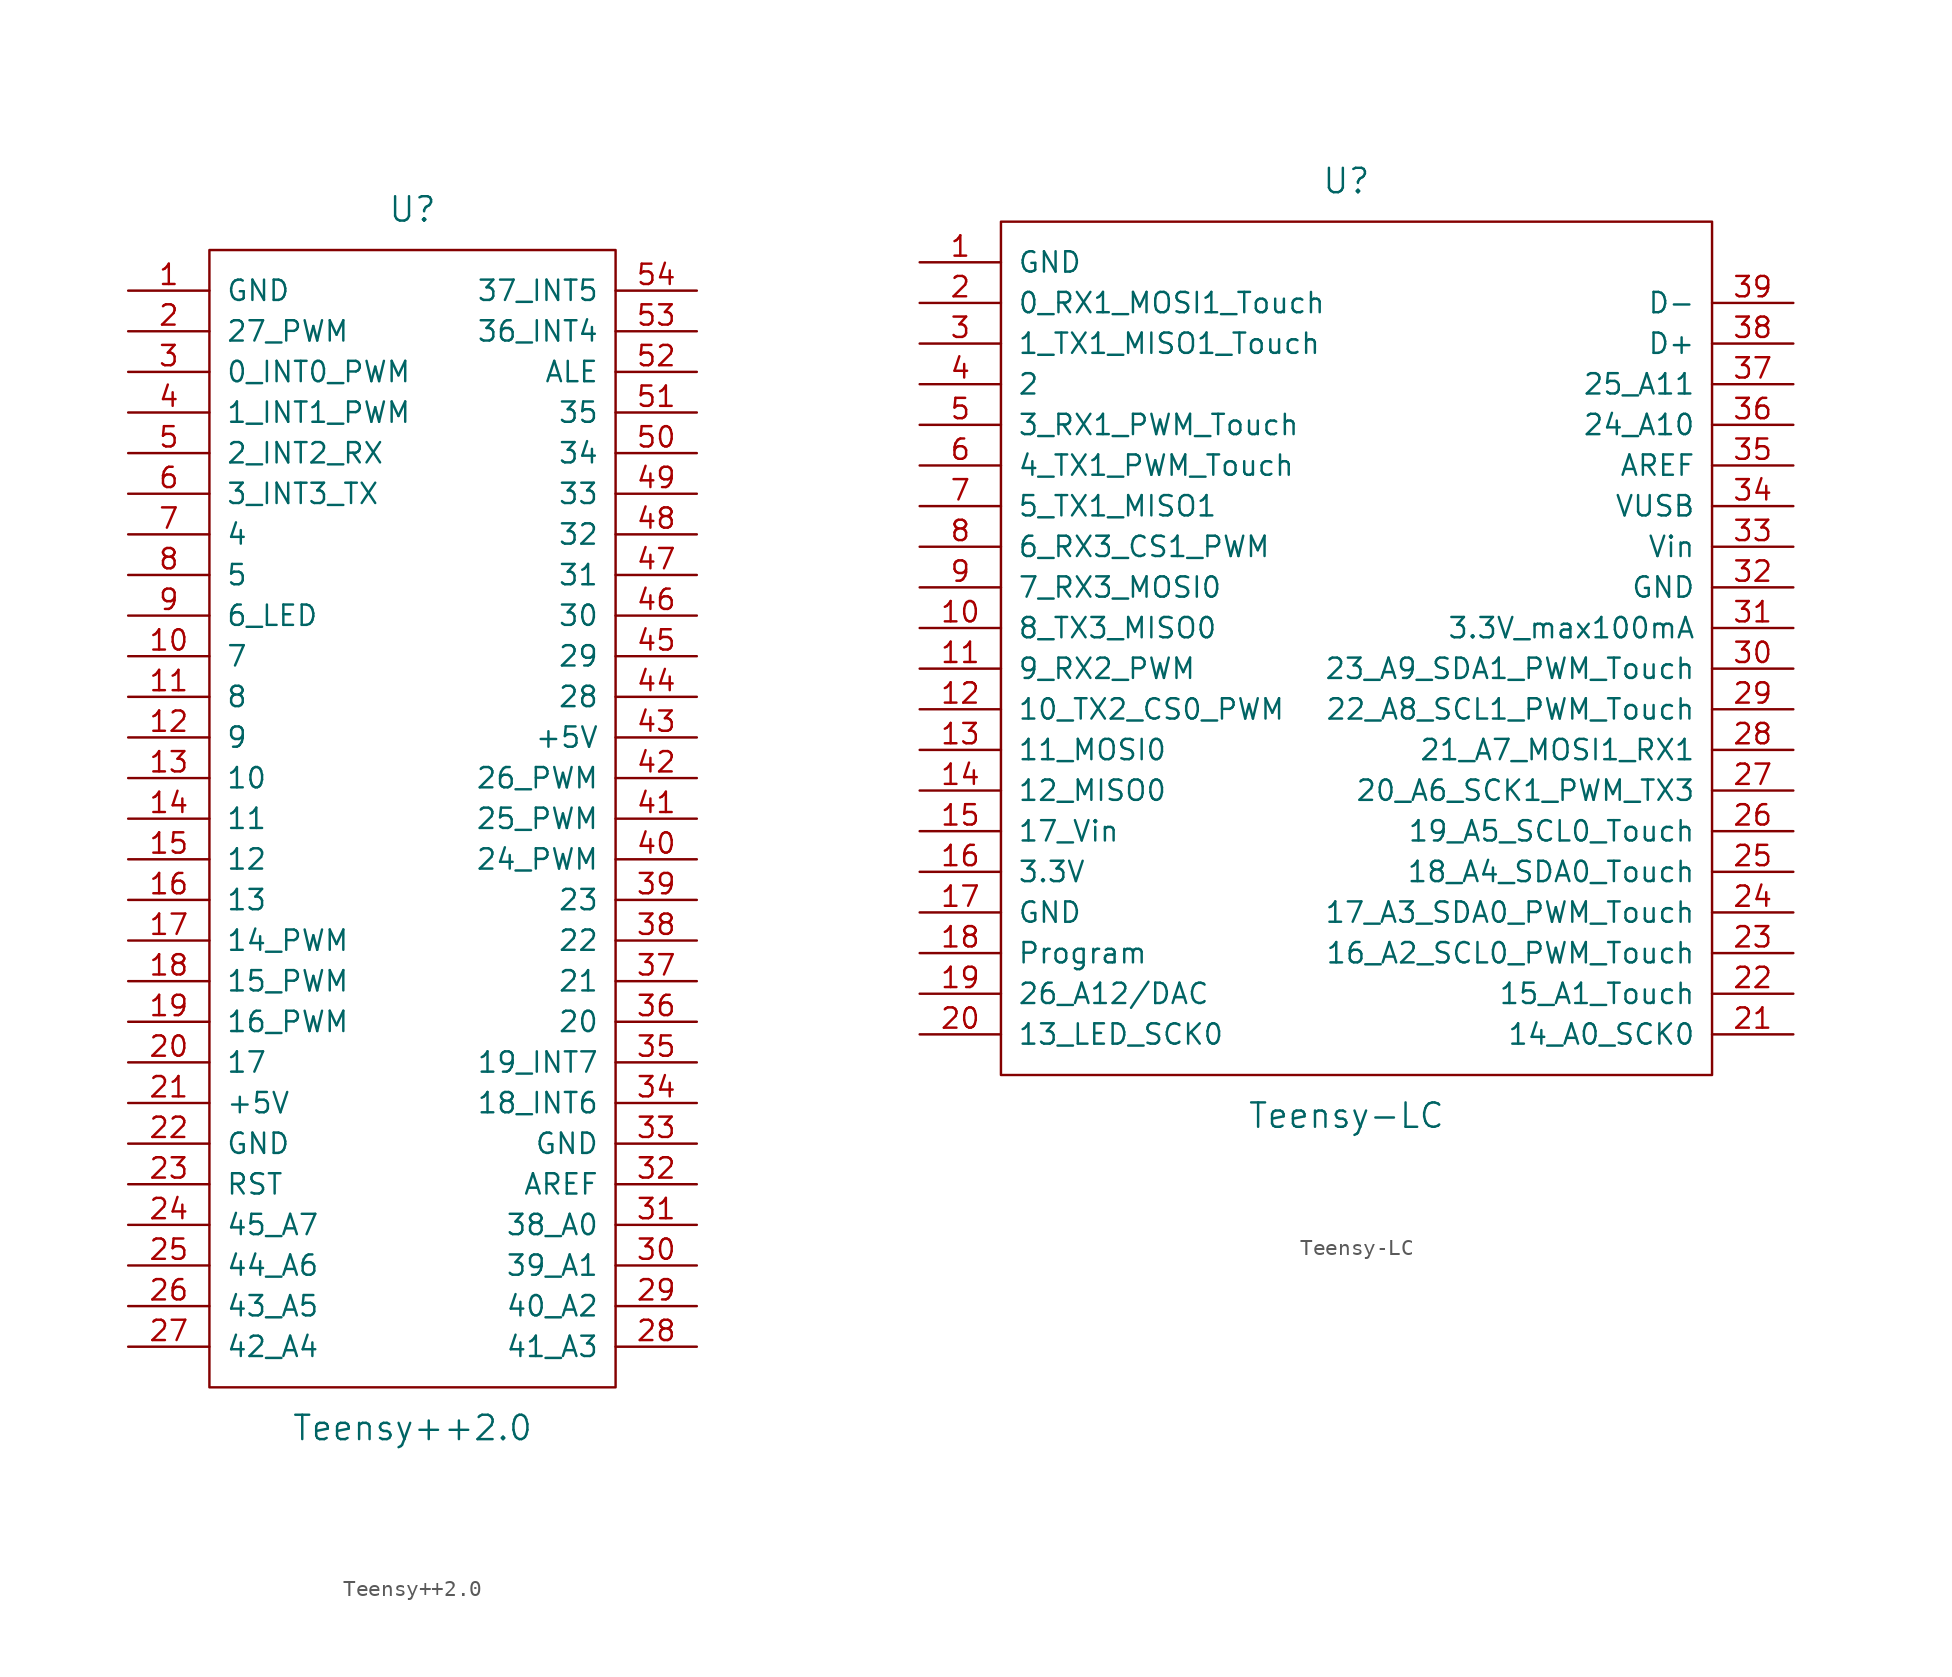
<source format=kicad_sym>
(kicad_symbol_lib
  (version 20211014)
  (generator kicad_symbol_editor)
  (symbol "Teensy++2.0"
    (pin_names
      (offset 1.016))
    (property "Reference" "U"
      (at 0 36.83 0)
      (effects (font (size 1.524 1.524))))
    (property "Value" "Teensy++2.0"
      (at 0 -39.37 0)
      (effects (font (size 1.524 1.524))))
    (property "Footprint" ""
      (at 2.54 -21.59 0)
      (effects (font (size 1.524 1.524))))
    (property "Datasheet" ""
      (at 2.54 -21.59 0)
      (effects (font (size 1.524 1.524))))
    (symbol "Teensy++2.0_0_1"
      (rectangle (start -12.7 34.29) (end 12.7 -36.83) (stroke (width 0) (type default)) (fill (type none))))
    (symbol "Teensy++2.0_1_1"
      (pin power_in line (at -17.78 31.75 0) (length 5.08) (name "GND" (effects (font (size 1.27 1.27)))) (number "1" (effects (font (size 1.27 1.27)))))
      (pin bidirectional line (at -17.78 8.89 0) (length 5.08) (name "7" (effects (font (size 1.27 1.27)))) (number "10" (effects (font (size 1.27 1.27)))))
      (pin bidirectional line (at -17.78 6.35 0) (length 5.08) (name "8" (effects (font (size 1.27 1.27)))) (number "11" (effects (font (size 1.27 1.27)))))
      (pin bidirectional line (at -17.78 3.81 0) (length 5.08) (name "9" (effects (font (size 1.27 1.27)))) (number "12" (effects (font (size 1.27 1.27)))))
      (pin bidirectional line (at -17.78 1.27 0) (length 5.08) (name "10" (effects (font (size 1.27 1.27)))) (number "13" (effects (font (size 1.27 1.27)))))
      (pin bidirectional line (at -17.78 -1.27 0) (length 5.08) (name "11" (effects (font (size 1.27 1.27)))) (number "14" (effects (font (size 1.27 1.27)))))
      (pin bidirectional line (at -17.78 -3.81 0) (length 5.08) (name "12" (effects (font (size 1.27 1.27)))) (number "15" (effects (font (size 1.27 1.27)))))
      (pin bidirectional line (at -17.78 -6.35 0) (length 5.08) (name "13" (effects (font (size 1.27 1.27)))) (number "16" (effects (font (size 1.27 1.27)))))
      (pin bidirectional line (at -17.78 -8.89 0) (length 5.08) (name "14_PWM" (effects (font (size 1.27 1.27)))) (number "17" (effects (font (size 1.27 1.27)))))
      (pin bidirectional line (at -17.78 -11.43 0) (length 5.08) (name "15_PWM" (effects (font (size 1.27 1.27)))) (number "18" (effects (font (size 1.27 1.27)))))
      (pin bidirectional line (at -17.78 -13.97 0) (length 5.08) (name "16_PWM" (effects (font (size 1.27 1.27)))) (number "19" (effects (font (size 1.27 1.27)))))
      (pin bidirectional line (at -17.78 29.21 0) (length 5.08) (name "27_PWM" (effects (font (size 1.27 1.27)))) (number "2" (effects (font (size 1.27 1.27)))))
      (pin bidirectional line (at -17.78 -16.51 0) (length 5.08) (name "17" (effects (font (size 1.27 1.27)))) (number "20" (effects (font (size 1.27 1.27)))))
      (pin power_in line (at -17.78 -19.05 0) (length 5.08) (name "+5V" (effects (font (size 1.27 1.27)))) (number "21" (effects (font (size 1.27 1.27)))))
      (pin power_in line (at -17.78 -21.59 0) (length 5.08) (name "GND" (effects (font (size 1.27 1.27)))) (number "22" (effects (font (size 1.27 1.27)))))
      (pin input line (at -17.78 -24.13 0) (length 5.08) (name "RST" (effects (font (size 1.27 1.27)))) (number "23" (effects (font (size 1.27 1.27)))))
      (pin bidirectional line (at -17.78 -26.67 0) (length 5.08) (name "45_A7" (effects (font (size 1.27 1.27)))) (number "24" (effects (font (size 1.27 1.27)))))
      (pin bidirectional line (at -17.78 -29.21 0) (length 5.08) (name "44_A6" (effects (font (size 1.27 1.27)))) (number "25" (effects (font (size 1.27 1.27)))))
      (pin bidirectional line (at -17.78 -31.75 0) (length 5.08) (name "43_A5" (effects (font (size 1.27 1.27)))) (number "26" (effects (font (size 1.27 1.27)))))
      (pin bidirectional line (at -17.78 -34.29 0) (length 5.08) (name "42_A4" (effects (font (size 1.27 1.27)))) (number "27" (effects (font (size 1.27 1.27)))))
      (pin bidirectional line (at 17.78 -34.29 180) (length 5.08) (name "41_A3" (effects (font (size 1.27 1.27)))) (number "28" (effects (font (size 1.27 1.27)))))
      (pin bidirectional line (at 17.78 -31.75 180) (length 5.08) (name "40_A2" (effects (font (size 1.27 1.27)))) (number "29" (effects (font (size 1.27 1.27)))))
      (pin bidirectional line (at -17.78 26.67 0) (length 5.08) (name "0_INT0_PWM" (effects (font (size 1.27 1.27)))) (number "3" (effects (font (size 1.27 1.27)))))
      (pin bidirectional line (at 17.78 -29.21 180) (length 5.08) (name "39_A1" (effects (font (size 1.27 1.27)))) (number "30" (effects (font (size 1.27 1.27)))))
      (pin bidirectional line (at 17.78 -26.67 180) (length 5.08) (name "38_A0" (effects (font (size 1.27 1.27)))) (number "31" (effects (font (size 1.27 1.27)))))
      (pin input line (at 17.78 -24.13 180) (length 5.08) (name "AREF" (effects (font (size 1.27 1.27)))) (number "32" (effects (font (size 1.27 1.27)))))
      (pin power_in line (at 17.78 -21.59 180) (length 5.08) (name "GND" (effects (font (size 1.27 1.27)))) (number "33" (effects (font (size 1.27 1.27)))))
      (pin bidirectional line (at 17.78 -19.05 180) (length 5.08) (name "18_INT6" (effects (font (size 1.27 1.27)))) (number "34" (effects (font (size 1.27 1.27)))))
      (pin bidirectional line (at 17.78 -16.51 180) (length 5.08) (name "19_INT7" (effects (font (size 1.27 1.27)))) (number "35" (effects (font (size 1.27 1.27)))))
      (pin bidirectional line (at 17.78 -13.97 180) (length 5.08) (name "20" (effects (font (size 1.27 1.27)))) (number "36" (effects (font (size 1.27 1.27)))))
      (pin bidirectional line (at 17.78 -11.43 180) (length 5.08) (name "21" (effects (font (size 1.27 1.27)))) (number "37" (effects (font (size 1.27 1.27)))))
      (pin bidirectional line (at 17.78 -8.89 180) (length 5.08) (name "22" (effects (font (size 1.27 1.27)))) (number "38" (effects (font (size 1.27 1.27)))))
      (pin bidirectional line (at 17.78 -6.35 180) (length 5.08) (name "23" (effects (font (size 1.27 1.27)))) (number "39" (effects (font (size 1.27 1.27)))))
      (pin bidirectional line (at -17.78 24.13 0) (length 5.08) (name "1_INT1_PWM" (effects (font (size 1.27 1.27)))) (number "4" (effects (font (size 1.27 1.27)))))
      (pin bidirectional line (at 17.78 -3.81 180) (length 5.08) (name "24_PWM" (effects (font (size 1.27 1.27)))) (number "40" (effects (font (size 1.27 1.27)))))
      (pin bidirectional line (at 17.78 -1.27 180) (length 5.08) (name "25_PWM" (effects (font (size 1.27 1.27)))) (number "41" (effects (font (size 1.27 1.27)))))
      (pin bidirectional line (at 17.78 1.27 180) (length 5.08) (name "26_PWM" (effects (font (size 1.27 1.27)))) (number "42" (effects (font (size 1.27 1.27)))))
      (pin power_in line (at 17.78 3.81 180) (length 5.08) (name "+5V" (effects (font (size 1.27 1.27)))) (number "43" (effects (font (size 1.27 1.27)))))
      (pin bidirectional line (at 17.78 6.35 180) (length 5.08) (name "28" (effects (font (size 1.27 1.27)))) (number "44" (effects (font (size 1.27 1.27)))))
      (pin bidirectional line (at 17.78 8.89 180) (length 5.08) (name "29" (effects (font (size 1.27 1.27)))) (number "45" (effects (font (size 1.27 1.27)))))
      (pin bidirectional line (at 17.78 11.43 180) (length 5.08) (name "30" (effects (font (size 1.27 1.27)))) (number "46" (effects (font (size 1.27 1.27)))))
      (pin bidirectional line (at 17.78 13.97 180) (length 5.08) (name "31" (effects (font (size 1.27 1.27)))) (number "47" (effects (font (size 1.27 1.27)))))
      (pin bidirectional line (at 17.78 16.51 180) (length 5.08) (name "32" (effects (font (size 1.27 1.27)))) (number "48" (effects (font (size 1.27 1.27)))))
      (pin bidirectional line (at 17.78 19.05 180) (length 5.08) (name "33" (effects (font (size 1.27 1.27)))) (number "49" (effects (font (size 1.27 1.27)))))
      (pin bidirectional line (at -17.78 21.59 0) (length 5.08) (name "2_INT2_RX" (effects (font (size 1.27 1.27)))) (number "5" (effects (font (size 1.27 1.27)))))
      (pin bidirectional line (at 17.78 21.59 180) (length 5.08) (name "34" (effects (font (size 1.27 1.27)))) (number "50" (effects (font (size 1.27 1.27)))))
      (pin bidirectional line (at 17.78 24.13 180) (length 5.08) (name "35" (effects (font (size 1.27 1.27)))) (number "51" (effects (font (size 1.27 1.27)))))
      (pin input line (at 17.78 26.67 180) (length 5.08) (name "ALE" (effects (font (size 1.27 1.27)))) (number "52" (effects (font (size 1.27 1.27)))))
      (pin bidirectional line (at 17.78 29.21 180) (length 5.08) (name "36_INT4" (effects (font (size 1.27 1.27)))) (number "53" (effects (font (size 1.27 1.27)))))
      (pin bidirectional line (at 17.78 31.75 180) (length 5.08) (name "37_INT5" (effects (font (size 1.27 1.27)))) (number "54" (effects (font (size 1.27 1.27)))))
      (pin bidirectional line (at -17.78 19.05 0) (length 5.08) (name "3_INT3_TX" (effects (font (size 1.27 1.27)))) (number "6" (effects (font (size 1.27 1.27)))))
      (pin bidirectional line (at -17.78 16.51 0) (length 5.08) (name "4" (effects (font (size 1.27 1.27)))) (number "7" (effects (font (size 1.27 1.27)))))
      (pin bidirectional line (at -17.78 13.97 0) (length 5.08) (name "5" (effects (font (size 1.27 1.27)))) (number "8" (effects (font (size 1.27 1.27)))))
      (pin bidirectional line (at -17.78 11.43 0) (length 5.08) (name "6_LED" (effects (font (size 1.27 1.27)))) (number "9" (effects (font (size 1.27 1.27)))))))
  (symbol "Teensy-LC"
    (pin_names
      (offset 1.016))
    (property "Reference" "U"
      (at 0 29.21 0)
      (effects (font (size 1.524 1.524))))
    (property "Value" "Teensy-LC"
      (at 0 -29.21 0)
      (effects (font (size 1.524 1.524))))
    (property "Footprint" ""
      (at 0 -13.97 0)
      (effects (font (size 1.524 1.524))))
    (property "Datasheet" ""
      (at 0 -13.97 0)
      (effects (font (size 1.524 1.524))))
    (symbol "Teensy-LC_0_1"
      (rectangle (start -21.59 26.67) (end 22.86 -26.67) (stroke (width 0) (type default)) (fill (type none))))
    (symbol "Teensy-LC_1_1"
      (pin power_in line (at -26.67 24.13 0) (length 5.08) (name "GND" (effects (font (size 1.27 1.27)))) (number "1" (effects (font (size 1.27 1.27)))))
      (pin bidirectional line (at -26.67 1.27 0) (length 5.08) (name "8_TX3_MISO0" (effects (font (size 1.27 1.27)))) (number "10" (effects (font (size 1.27 1.27)))))
      (pin bidirectional line (at -26.67 -1.27 0) (length 5.08) (name "9_RX2_PWM" (effects (font (size 1.27 1.27)))) (number "11" (effects (font (size 1.27 1.27)))))
      (pin bidirectional line (at -26.67 -3.81 0) (length 5.08) (name "10_TX2_CS0_PWM" (effects (font (size 1.27 1.27)))) (number "12" (effects (font (size 1.27 1.27)))))
      (pin bidirectional line (at -26.67 -6.35 0) (length 5.08) (name "11_MOSI0" (effects (font (size 1.27 1.27)))) (number "13" (effects (font (size 1.27 1.27)))))
      (pin bidirectional line (at -26.67 -8.89 0) (length 5.08) (name "12_MISO0" (effects (font (size 1.27 1.27)))) (number "14" (effects (font (size 1.27 1.27)))))
      (pin power_in line (at -26.67 -11.43 0) (length 5.08) (name "17_Vin" (effects (font (size 1.27 1.27)))) (number "15" (effects (font (size 1.27 1.27)))))
      (pin power_in line (at -26.67 -13.97 0) (length 5.08) (name "3.3V" (effects (font (size 1.27 1.27)))) (number "16" (effects (font (size 1.27 1.27)))))
      (pin power_in line (at -26.67 -16.51 0) (length 5.08) (name "GND" (effects (font (size 1.27 1.27)))) (number "17" (effects (font (size 1.27 1.27)))))
      (pin input line (at -26.67 -19.05 0) (length 5.08) (name "Program" (effects (font (size 1.27 1.27)))) (number "18" (effects (font (size 1.27 1.27)))))
      (pin bidirectional line (at -26.67 -21.59 0) (length 5.08) (name "26_A12/DAC" (effects (font (size 1.27 1.27)))) (number "19" (effects (font (size 1.27 1.27)))))
      (pin bidirectional line (at -26.67 21.59 0) (length 5.08) (name "0_RX1_MOSI1_Touch" (effects (font (size 1.27 1.27)))) (number "2" (effects (font (size 1.27 1.27)))))
      (pin bidirectional line (at -26.67 -24.13 0) (length 5.08) (name "13_LED_SCK0" (effects (font (size 1.27 1.27)))) (number "20" (effects (font (size 1.27 1.27)))))
      (pin bidirectional line (at 27.94 -24.13 180) (length 5.08) (name "14_A0_SCK0" (effects (font (size 1.27 1.27)))) (number "21" (effects (font (size 1.27 1.27)))))
      (pin bidirectional line (at 27.94 -21.59 180) (length 5.08) (name "15_A1_Touch" (effects (font (size 1.27 1.27)))) (number "22" (effects (font (size 1.27 1.27)))))
      (pin bidirectional line (at 27.94 -19.05 180) (length 5.08) (name "16_A2_SCL0_PWM_Touch" (effects (font (size 1.27 1.27)))) (number "23" (effects (font (size 1.27 1.27)))))
      (pin bidirectional line (at 27.94 -16.51 180) (length 5.08) (name "17_A3_SDA0_PWM_Touch" (effects (font (size 1.27 1.27)))) (number "24" (effects (font (size 1.27 1.27)))))
      (pin bidirectional line (at 27.94 -13.97 180) (length 5.08) (name "18_A4_SDA0_Touch" (effects (font (size 1.27 1.27)))) (number "25" (effects (font (size 1.27 1.27)))))
      (pin bidirectional line (at 27.94 -11.43 180) (length 5.08) (name "19_A5_SCL0_Touch" (effects (font (size 1.27 1.27)))) (number "26" (effects (font (size 1.27 1.27)))))
      (pin bidirectional line (at 27.94 -8.89 180) (length 5.08) (name "20_A6_SCK1_PWM_TX3" (effects (font (size 1.27 1.27)))) (number "27" (effects (font (size 1.27 1.27)))))
      (pin bidirectional line (at 27.94 -6.35 180) (length 5.08) (name "21_A7_MOSI1_RX1" (effects (font (size 1.27 1.27)))) (number "28" (effects (font (size 1.27 1.27)))))
      (pin bidirectional line (at 27.94 -3.81 180) (length 5.08) (name "22_A8_SCL1_PWM_Touch" (effects (font (size 1.27 1.27)))) (number "29" (effects (font (size 1.27 1.27)))))
      (pin bidirectional line (at -26.67 19.05 0) (length 5.08) (name "1_TX1_MISO1_Touch" (effects (font (size 1.27 1.27)))) (number "3" (effects (font (size 1.27 1.27)))))
      (pin bidirectional line (at 27.94 -1.27 180) (length 5.08) (name "23_A9_SDA1_PWM_Touch" (effects (font (size 1.27 1.27)))) (number "30" (effects (font (size 1.27 1.27)))))
      (pin power_in line (at 27.94 1.27 180) (length 5.08) (name "3.3V_max100mA" (effects (font (size 1.27 1.27)))) (number "31" (effects (font (size 1.27 1.27)))))
      (pin power_in line (at 27.94 3.81 180) (length 5.08) (name "GND" (effects (font (size 1.27 1.27)))) (number "32" (effects (font (size 1.27 1.27)))))
      (pin power_in line (at 27.94 6.35 180) (length 5.08) (name "Vin" (effects (font (size 1.27 1.27)))) (number "33" (effects (font (size 1.27 1.27)))))
      (pin power_in line (at 27.94 8.89 180) (length 5.08) (name "VUSB" (effects (font (size 1.27 1.27)))) (number "34" (effects (font (size 1.27 1.27)))))
      (pin input line (at 27.94 11.43 180) (length 5.08) (name "AREF" (effects (font (size 1.27 1.27)))) (number "35" (effects (font (size 1.27 1.27)))))
      (pin bidirectional line (at 27.94 13.97 180) (length 5.08) (name "24_A10" (effects (font (size 1.27 1.27)))) (number "36" (effects (font (size 1.27 1.27)))))
      (pin bidirectional line (at 27.94 16.51 180) (length 5.08) (name "25_A11" (effects (font (size 1.27 1.27)))) (number "37" (effects (font (size 1.27 1.27)))))
      (pin bidirectional line (at 27.94 19.05 180) (length 5.08) (name "D+" (effects (font (size 1.27 1.27)))) (number "38" (effects (font (size 1.27 1.27)))))
      (pin bidirectional line (at 27.94 21.59 180) (length 5.08) (name "D-" (effects (font (size 1.27 1.27)))) (number "39" (effects (font (size 1.27 1.27)))))
      (pin bidirectional line (at -26.67 16.51 0) (length 5.08) (name "2" (effects (font (size 1.27 1.27)))) (number "4" (effects (font (size 1.27 1.27)))))
      (pin bidirectional line (at -26.67 13.97 0) (length 5.08) (name "3_RX1_PWM_Touch" (effects (font (size 1.27 1.27)))) (number "5" (effects (font (size 1.27 1.27)))))
      (pin bidirectional line (at -26.67 11.43 0) (length 5.08) (name "4_TX1_PWM_Touch" (effects (font (size 1.27 1.27)))) (number "6" (effects (font (size 1.27 1.27)))))
      (pin bidirectional line (at -26.67 8.89 0) (length 5.08) (name "5_TX1_MISO1" (effects (font (size 1.27 1.27)))) (number "7" (effects (font (size 1.27 1.27)))))
      (pin bidirectional line (at -26.67 6.35 0) (length 5.08) (name "6_RX3_CS1_PWM" (effects (font (size 1.27 1.27)))) (number "8" (effects (font (size 1.27 1.27)))))
      (pin bidirectional line (at -26.67 3.81 0) (length 5.08) (name "7_RX3_MOSI0" (effects (font (size 1.27 1.27)))) (number "9" (effects (font (size 1.27 1.27))))))))
</source>
